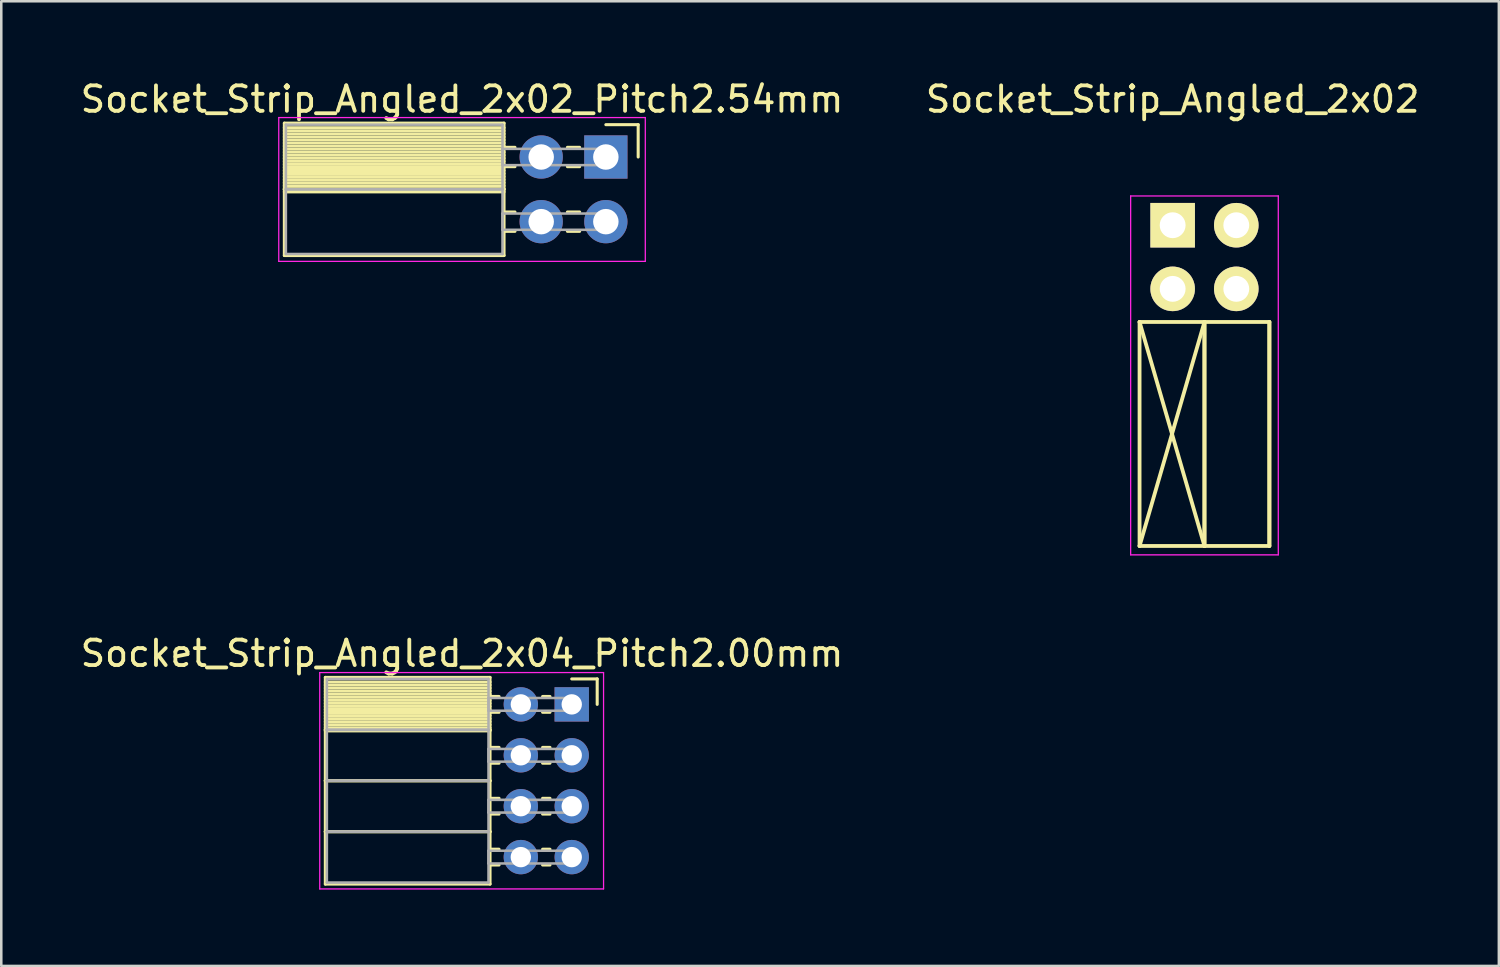
<source format=kicad_pcb>
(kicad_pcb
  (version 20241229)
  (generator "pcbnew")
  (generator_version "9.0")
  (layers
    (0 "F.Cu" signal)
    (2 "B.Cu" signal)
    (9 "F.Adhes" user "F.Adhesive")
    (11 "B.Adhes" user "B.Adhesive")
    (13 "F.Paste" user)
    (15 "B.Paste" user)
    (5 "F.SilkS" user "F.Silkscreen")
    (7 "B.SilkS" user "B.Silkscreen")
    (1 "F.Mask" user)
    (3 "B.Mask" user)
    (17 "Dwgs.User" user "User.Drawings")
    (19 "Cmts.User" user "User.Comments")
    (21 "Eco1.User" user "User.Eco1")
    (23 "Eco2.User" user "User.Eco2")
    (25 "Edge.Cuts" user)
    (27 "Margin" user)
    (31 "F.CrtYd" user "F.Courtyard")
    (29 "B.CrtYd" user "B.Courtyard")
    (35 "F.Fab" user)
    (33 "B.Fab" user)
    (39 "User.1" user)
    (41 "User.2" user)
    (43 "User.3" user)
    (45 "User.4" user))
  (footprint "Socket_Strip_Angled_2x02"
    (layer "F.Cu")
    (at 43.018 5.798)
    (property "Reference" "Socket_Strip_Angled_2x02" (at 0 -4.95 0) (layer "F.SilkS") (effects (font (size 1 1) (thickness 0.15))))
    (attr through_hole)
    (fp_line (start -1.3 3.8) (end -1.3 12.6) (stroke (width 0.15) (type solid)) (layer "F.SilkS"))
    (fp_line (start -1.3 3.8) (end 1.25 3.8) (stroke (width 0.15) (type solid)) (layer "F.SilkS"))
    (fp_line (start -1.3 3.8) (end 1.25 12.6) (stroke (width 0.15) (type solid)) (layer "F.SilkS"))
    (fp_line (start -1.3 12.6) (end 1.25 3.8) (stroke (width 0.15) (type solid)) (layer "F.SilkS"))
    (fp_line (start -1.3 12.6) (end 1.25 12.6) (stroke (width 0.15) (type solid)) (layer "F.SilkS"))
    (fp_line (start 1.25 3.8) (end 1.25 12.6) (stroke (width 0.15) (type solid)) (layer "F.SilkS"))
    (fp_line (start 1.25 3.8) (end 3.8 3.8) (stroke (width 0.15) (type solid)) (layer "F.SilkS"))
    (fp_line (start 1.25 12.6) (end 1.25 3.8) (stroke (width 0.15) (type solid)) (layer "F.SilkS"))
    (fp_line (start 1.25 12.6) (end 3.8 12.6) (stroke (width 0.15) (type solid)) (layer "F.SilkS"))
    (fp_line (start 3.8 3.8) (end 3.8 12.6) (stroke (width 0.15) (type solid)) (layer "F.SilkS"))
    (fp_line (start 3.8 12.6) (end 3.8 3.8) (stroke (width 0.15) (type solid)) (layer "F.SilkS"))
    (fp_line (start -1.65 -1.15) (end -1.65 12.95) (stroke (width 0.05) (type solid)) (layer "F.CrtYd"))
    (fp_line (start -1.65 -1.15) (end 4.15 -1.15) (stroke (width 0.05) (type solid)) (layer "F.CrtYd"))
    (fp_line (start -1.65 12.95) (end 4.15 12.95) (stroke (width 0.05) (type solid)) (layer "F.CrtYd"))
    (fp_line (start 4.15 -1.15) (end 4.15 12.95) (stroke (width 0.05) (type solid)) (layer "F.CrtYd"))
    (pad "1" thru_hole rect (at 0 0) (size 1.75 1.75) (drill 1.016) (layers "*.Cu" "*.Mask" "F.SilkS"))
    (pad "2" thru_hole oval (at 0 2.5) (size 1.75 1.75) (drill 1.016) (layers "*.Cu" "*.Mask" "F.SilkS"))
    (pad "3" thru_hole oval (at 2.5 0) (size 1.75 1.75) (drill 1.016) (layers "*.Cu" "*.Mask" "F.SilkS"))
    (pad "4" thru_hole oval (at 2.5 2.5) (size 1.75 1.75) (drill 1.016) (layers "*.Cu" "*.Mask" "F.SilkS")))
  (footprint "Socket_Strip_Angled_2x02_Pitch2.54mm"
    (layer "F.Cu")
    (at 20.751 3.118)
    (property "Reference" "Socket_Strip_Angled_2x02_Pitch2.54mm" (at -5.65 -2.27 0) (layer "F.SilkS") (effects (font (size 1 1) (thickness 0.15))))
    (attr through_hole)
    (fp_line (start -12.63 -1.33) (end -4 -1.33) (stroke (width 0.12) (type solid)) (layer "F.SilkS"))
    (fp_line (start -12.63 1.27) (end -12.63 -1.33) (stroke (width 0.12) (type solid)) (layer "F.SilkS"))
    (fp_line (start -12.63 1.27) (end -4 1.27) (stroke (width 0.12) (type solid)) (layer "F.SilkS"))
    (fp_line (start -12.63 3.87) (end -12.63 1.27) (stroke (width 0.12) (type solid)) (layer "F.SilkS"))
    (fp_line (start -4 -1.33) (end -4 1.27) (stroke (width 0.12) (type solid)) (layer "F.SilkS"))
    (fp_line (start -4 -1.15) (end -12.63 -1.15) (stroke (width 0.12) (type solid)) (layer "F.SilkS"))
    (fp_line (start -4 -1.03) (end -12.63 -1.03) (stroke (width 0.12) (type solid)) (layer "F.SilkS"))
    (fp_line (start -4 -0.91) (end -12.63 -0.91) (stroke (width 0.12) (type solid)) (layer "F.SilkS"))
    (fp_line (start -4 -0.79) (end -12.63 -0.79) (stroke (width 0.12) (type solid)) (layer "F.SilkS"))
    (fp_line (start -4 -0.67) (end -12.63 -0.67) (stroke (width 0.12) (type solid)) (layer "F.SilkS"))
    (fp_line (start -4 -0.55) (end -12.63 -0.55) (stroke (width 0.12) (type solid)) (layer "F.SilkS"))
    (fp_line (start -4 -0.43) (end -12.63 -0.43) (stroke (width 0.12) (type solid)) (layer "F.SilkS"))
    (fp_line (start -4 -0.31) (end -12.63 -0.31) (stroke (width 0.12) (type solid)) (layer "F.SilkS"))
    (fp_line (start -4 -0.19) (end -12.63 -0.19) (stroke (width 0.12) (type solid)) (layer "F.SilkS"))
    (fp_line (start -4 -0.07) (end -12.63 -0.07) (stroke (width 0.12) (type solid)) (layer "F.SilkS"))
    (fp_line (start -4 0.05) (end -12.63 0.05) (stroke (width 0.12) (type solid)) (layer "F.SilkS"))
    (fp_line (start -4 0.17) (end -12.63 0.17) (stroke (width 0.12) (type solid)) (layer "F.SilkS"))
    (fp_line (start -4 0.29) (end -12.63 0.29) (stroke (width 0.12) (type solid)) (layer "F.SilkS"))
    (fp_line (start -4 0.41) (end -12.63 0.41) (stroke (width 0.12) (type solid)) (layer "F.SilkS"))
    (fp_line (start -4 0.53) (end -12.63 0.53) (stroke (width 0.12) (type solid)) (layer "F.SilkS"))
    (fp_line (start -4 0.65) (end -12.63 0.65) (stroke (width 0.12) (type solid)) (layer "F.SilkS"))
    (fp_line (start -4 0.77) (end -12.63 0.77) (stroke (width 0.12) (type solid)) (layer "F.SilkS"))
    (fp_line (start -4 0.89) (end -12.63 0.89) (stroke (width 0.12) (type solid)) (layer "F.SilkS"))
    (fp_line (start -4 1.01) (end -12.63 1.01) (stroke (width 0.12) (type solid)) (layer "F.SilkS"))
    (fp_line (start -4 1.13) (end -12.63 1.13) (stroke (width 0.12) (type solid)) (layer "F.SilkS"))
    (fp_line (start -4 1.25) (end -12.63 1.25) (stroke (width 0.12) (type solid)) (layer "F.SilkS"))
    (fp_line (start -4 1.27) (end -12.63 1.27) (stroke (width 0.12) (type solid)) (layer "F.SilkS"))
    (fp_line (start -4 1.27) (end -4 3.87) (stroke (width 0.12) (type solid)) (layer "F.SilkS"))
    (fp_line (start -4 1.37) (end -12.63 1.37) (stroke (width 0.12) (type solid)) (layer "F.SilkS"))
    (fp_line (start -4 3.87) (end -12.63 3.87) (stroke (width 0.12) (type solid)) (layer "F.SilkS"))
    (fp_line (start -3.57 -0.38) (end -4 -0.38) (stroke (width 0.12) (type solid)) (layer "F.SilkS"))
    (fp_line (start -3.57 0.38) (end -4 0.38) (stroke (width 0.12) (type solid)) (layer "F.SilkS"))
    (fp_line (start -3.57 2.16) (end -4 2.16) (stroke (width 0.12) (type solid)) (layer "F.SilkS"))
    (fp_line (start -3.57 2.92) (end -4 2.92) (stroke (width 0.12) (type solid)) (layer "F.SilkS"))
    (fp_line (start -1.03 -0.38) (end -1.51 -0.38) (stroke (width 0.12) (type solid)) (layer "F.SilkS"))
    (fp_line (start -1.03 0.38) (end -1.51 0.38) (stroke (width 0.12) (type solid)) (layer "F.SilkS"))
    (fp_line (start -1.03 2.16) (end -1.51 2.16) (stroke (width 0.12) (type solid)) (layer "F.SilkS"))
    (fp_line (start -1.03 2.92) (end -1.51 2.92) (stroke (width 0.12) (type solid)) (layer "F.SilkS"))
    (fp_line (start 0 -1.27) (end 1.27 -1.27) (stroke (width 0.12) (type solid)) (layer "F.SilkS"))
    (fp_line (start 1.27 -1.27) (end 1.27 0) (stroke (width 0.12) (type solid)) (layer "F.SilkS"))
    (fp_line (start -12.85 -1.55) (end 1.55 -1.55) (stroke (width 0.05) (type solid)) (layer "F.CrtYd"))
    (fp_line (start -12.85 4.1) (end -12.85 -1.55) (stroke (width 0.05) (type solid)) (layer "F.CrtYd"))
    (fp_line (start 1.55 -1.55) (end 1.55 4.1) (stroke (width 0.05) (type solid)) (layer "F.CrtYd"))
    (fp_line (start 1.55 4.1) (end -12.85 4.1) (stroke (width 0.05) (type solid)) (layer "F.CrtYd"))
    (fp_line (start -12.57 -1.27) (end -4.06 -1.27) (stroke (width 0.1) (type solid)) (layer "F.Fab"))
    (fp_line (start -12.57 1.27) (end -12.57 -1.27) (stroke (width 0.1) (type solid)) (layer "F.Fab"))
    (fp_line (start -12.57 1.27) (end -4.06 1.27) (stroke (width 0.1) (type solid)) (layer "F.Fab"))
    (fp_line (start -12.57 3.81) (end -12.57 1.27) (stroke (width 0.1) (type solid)) (layer "F.Fab"))
    (fp_line (start -4.06 -1.27) (end -4.06 1.27) (stroke (width 0.1) (type solid)) (layer "F.Fab"))
    (fp_line (start -4.06 -0.32) (end 0 -0.32) (stroke (width 0.1) (type solid)) (layer "F.Fab"))
    (fp_line (start -4.06 0.32) (end -4.06 -0.32) (stroke (width 0.1) (type solid)) (layer "F.Fab"))
    (fp_line (start -4.06 1.27) (end -12.57 1.27) (stroke (width 0.1) (type solid)) (layer "F.Fab"))
    (fp_line (start -4.06 1.27) (end -4.06 3.81) (stroke (width 0.1) (type solid)) (layer "F.Fab"))
    (fp_line (start -4.06 2.22) (end 0 2.22) (stroke (width 0.1) (type solid)) (layer "F.Fab"))
    (fp_line (start -4.06 2.86) (end -4.06 2.22) (stroke (width 0.1) (type solid)) (layer "F.Fab"))
    (fp_line (start -4.06 3.81) (end -12.57 3.81) (stroke (width 0.1) (type solid)) (layer "F.Fab"))
    (fp_line (start 0 -0.32) (end 0 0.32) (stroke (width 0.1) (type solid)) (layer "F.Fab"))
    (fp_line (start 0 0.32) (end -4.06 0.32) (stroke (width 0.1) (type solid)) (layer "F.Fab"))
    (fp_line (start 0 2.22) (end 0 2.86) (stroke (width 0.1) (type solid)) (layer "F.Fab"))
    (fp_line (start 0 2.86) (end -4.06 2.86) (stroke (width 0.1) (type solid)) (layer "F.Fab"))
    (pad "1" thru_hole rect (at 0 0) (size 1.7 1.7) (drill 1) (layers "*.Cu" "*.Mask"))
    (pad "2" thru_hole oval (at -2.54 0) (size 1.7 1.7) (drill 1) (layers "*.Cu" "*.Mask"))
    (pad "3" thru_hole oval (at 0 2.54) (size 1.7 1.7) (drill 1) (layers "*.Cu" "*.Mask"))
    (pad "4" thru_hole oval (at -2.54 2.54) (size 1.7 1.7) (drill 1) (layers "*.Cu" "*.Mask")))
  (footprint "Socket_Strip_Angled_2x04_Pitch2.00mm"
    (layer "F.Cu")
    (at 19.411 24.622)
    (property "Reference" "Socket_Strip_Angled_2x04_Pitch2.00mm" (at -4.31 -2 0) (layer "F.SilkS") (effects (font (size 1 1) (thickness 0.15))))
    (attr through_hole)
    (fp_line (start -9.68 -1.06) (end -3.21 -1.06) (stroke (width 0.12) (type solid)) (layer "F.SilkS"))
    (fp_line (start -9.68 1) (end -9.68 -1.06) (stroke (width 0.12) (type solid)) (layer "F.SilkS"))
    (fp_line (start -9.68 1) (end -3.21 1) (stroke (width 0.12) (type solid)) (layer "F.SilkS"))
    (fp_line (start -9.68 3) (end -9.68 1) (stroke (width 0.12) (type solid)) (layer "F.SilkS"))
    (fp_line (start -9.68 3) (end -3.21 3) (stroke (width 0.12) (type solid)) (layer "F.SilkS"))
    (fp_line (start -9.68 5) (end -9.68 3) (stroke (width 0.12) (type solid)) (layer "F.SilkS"))
    (fp_line (start -9.68 5) (end -3.21 5) (stroke (width 0.12) (type solid)) (layer "F.SilkS"))
    (fp_line (start -9.68 7.06) (end -9.68 5) (stroke (width 0.12) (type solid)) (layer "F.SilkS"))
    (fp_line (start -3.21 -1.06) (end -3.21 1) (stroke (width 0.12) (type solid)) (layer "F.SilkS"))
    (fp_line (start -3.21 -0.88) (end -9.68 -0.88) (stroke (width 0.12) (type solid)) (layer "F.SilkS"))
    (fp_line (start -3.21 -0.76) (end -9.68 -0.76) (stroke (width 0.12) (type solid)) (layer "F.SilkS"))
    (fp_line (start -3.21 -0.64) (end -9.68 -0.64) (stroke (width 0.12) (type solid)) (layer "F.SilkS"))
    (fp_line (start -3.21 -0.52) (end -9.68 -0.52) (stroke (width 0.12) (type solid)) (layer "F.SilkS"))
    (fp_line (start -3.21 -0.4) (end -9.68 -0.4) (stroke (width 0.12) (type solid)) (layer "F.SilkS"))
    (fp_line (start -3.21 -0.28) (end -9.68 -0.28) (stroke (width 0.12) (type solid)) (layer "F.SilkS"))
    (fp_line (start -3.21 -0.16) (end -9.68 -0.16) (stroke (width 0.12) (type solid)) (layer "F.SilkS"))
    (fp_line (start -3.21 -0.04) (end -9.68 -0.04) (stroke (width 0.12) (type solid)) (layer "F.SilkS"))
    (fp_line (start -3.21 0.08) (end -9.68 0.08) (stroke (width 0.12) (type solid)) (layer "F.SilkS"))
    (fp_line (start -3.21 0.2) (end -9.68 0.2) (stroke (width 0.12) (type solid)) (layer "F.SilkS"))
    (fp_line (start -3.21 0.32) (end -9.68 0.32) (stroke (width 0.12) (type solid)) (layer "F.SilkS"))
    (fp_line (start -3.21 0.44) (end -9.68 0.44) (stroke (width 0.12) (type solid)) (layer "F.SilkS"))
    (fp_line (start -3.21 0.56) (end -9.68 0.56) (stroke (width 0.12) (type solid)) (layer "F.SilkS"))
    (fp_line (start -3.21 0.68) (end -9.68 0.68) (stroke (width 0.12) (type solid)) (layer "F.SilkS"))
    (fp_line (start -3.21 0.8) (end -9.68 0.8) (stroke (width 0.12) (type solid)) (layer "F.SilkS"))
    (fp_line (start -3.21 0.92) (end -9.68 0.92) (stroke (width 0.12) (type solid)) (layer "F.SilkS"))
    (fp_line (start -3.21 1) (end -9.68 1) (stroke (width 0.12) (type solid)) (layer "F.SilkS"))
    (fp_line (start -3.21 1) (end -3.21 3) (stroke (width 0.12) (type solid)) (layer "F.SilkS"))
    (fp_line (start -3.21 1.04) (end -9.68 1.04) (stroke (width 0.12) (type solid)) (layer "F.SilkS"))
    (fp_line (start -3.21 3) (end -9.68 3) (stroke (width 0.12) (type solid)) (layer "F.SilkS"))
    (fp_line (start -3.21 3) (end -3.21 5) (stroke (width 0.12) (type solid)) (layer "F.SilkS"))
    (fp_line (start -3.21 5) (end -9.68 5) (stroke (width 0.12) (type solid)) (layer "F.SilkS"))
    (fp_line (start -3.21 5) (end -3.21 7.06) (stroke (width 0.12) (type solid)) (layer "F.SilkS"))
    (fp_line (start -3.21 7.06) (end -9.68 7.06) (stroke (width 0.12) (type solid)) (layer "F.SilkS"))
    (fp_line (start -2.855 -0.31) (end -3.21 -0.31) (stroke (width 0.12) (type solid)) (layer "F.SilkS"))
    (fp_line (start -2.855 0.31) (end -3.21 0.31) (stroke (width 0.12) (type solid)) (layer "F.SilkS"))
    (fp_line (start -2.855 1.69) (end -3.21 1.69) (stroke (width 0.12) (type solid)) (layer "F.SilkS"))
    (fp_line (start -2.855 2.31) (end -3.21 2.31) (stroke (width 0.12) (type solid)) (layer "F.SilkS"))
    (fp_line (start -2.855 3.69) (end -3.21 3.69) (stroke (width 0.12) (type solid)) (layer "F.SilkS"))
    (fp_line (start -2.855 4.31) (end -3.21 4.31) (stroke (width 0.12) (type solid)) (layer "F.SilkS"))
    (fp_line (start -2.855 5.69) (end -3.21 5.69) (stroke (width 0.12) (type solid)) (layer "F.SilkS"))
    (fp_line (start -2.855 6.31) (end -3.21 6.31) (stroke (width 0.12) (type solid)) (layer "F.SilkS"))
    (fp_line (start -0.855 -0.31) (end -1.145 -0.31) (stroke (width 0.12) (type solid)) (layer "F.SilkS"))
    (fp_line (start -0.855 0.31) (end -1.145 0.31) (stroke (width 0.12) (type solid)) (layer "F.SilkS"))
    (fp_line (start -0.855 1.69) (end -1.145 1.69) (stroke (width 0.12) (type solid)) (layer "F.SilkS"))
    (fp_line (start -0.855 2.31) (end -1.145 2.31) (stroke (width 0.12) (type solid)) (layer "F.SilkS"))
    (fp_line (start -0.855 3.69) (end -1.145 3.69) (stroke (width 0.12) (type solid)) (layer "F.SilkS"))
    (fp_line (start -0.855 4.31) (end -1.145 4.31) (stroke (width 0.12) (type solid)) (layer "F.SilkS"))
    (fp_line (start -0.855 5.69) (end -1.145 5.69) (stroke (width 0.12) (type solid)) (layer "F.SilkS"))
    (fp_line (start -0.855 6.31) (end -1.145 6.31) (stroke (width 0.12) (type solid)) (layer "F.SilkS"))
    (fp_line (start 0 -1) (end 1 -1) (stroke (width 0.12) (type solid)) (layer "F.SilkS"))
    (fp_line (start 1 -1) (end 1 0) (stroke (width 0.12) (type solid)) (layer "F.SilkS"))
    (fp_line (start -9.9 -1.25) (end 1.25 -1.25) (stroke (width 0.05) (type solid)) (layer "F.CrtYd"))
    (fp_line (start -9.9 7.25) (end -9.9 -1.25) (stroke (width 0.05) (type solid)) (layer "F.CrtYd"))
    (fp_line (start 1.25 -1.25) (end 1.25 7.25) (stroke (width 0.05) (type solid)) (layer "F.CrtYd"))
    (fp_line (start 1.25 7.25) (end -9.9 7.25) (stroke (width 0.05) (type solid)) (layer "F.CrtYd"))
    (fp_line (start -9.62 -1) (end -3.27 -1) (stroke (width 0.1) (type solid)) (layer "F.Fab"))
    (fp_line (start -9.62 1) (end -9.62 -1) (stroke (width 0.1) (type solid)) (layer "F.Fab"))
    (fp_line (start -9.62 1) (end -3.27 1) (stroke (width 0.1) (type solid)) (layer "F.Fab"))
    (fp_line (start -9.62 3) (end -9.62 1) (stroke (width 0.1) (type solid)) (layer "F.Fab"))
    (fp_line (start -9.62 3) (end -3.27 3) (stroke (width 0.1) (type solid)) (layer "F.Fab"))
    (fp_line (start -9.62 5) (end -9.62 3) (stroke (width 0.1) (type solid)) (layer "F.Fab"))
    (fp_line (start -9.62 5) (end -3.27 5) (stroke (width 0.1) (type solid)) (layer "F.Fab"))
    (fp_line (start -9.62 7) (end -9.62 5) (stroke (width 0.1) (type solid)) (layer "F.Fab"))
    (fp_line (start -3.27 -1) (end -3.27 1) (stroke (width 0.1) (type solid)) (layer "F.Fab"))
    (fp_line (start -3.27 -0.25) (end 0 -0.25) (stroke (width 0.1) (type solid)) (layer "F.Fab"))
    (fp_line (start -3.27 0.25) (end -3.27 -0.25) (stroke (width 0.1) (type solid)) (layer "F.Fab"))
    (fp_line (start -3.27 1) (end -9.62 1) (stroke (width 0.1) (type solid)) (layer "F.Fab"))
    (fp_line (start -3.27 1) (end -3.27 3) (stroke (width 0.1) (type solid)) (layer "F.Fab"))
    (fp_line (start -3.27 1.75) (end 0 1.75) (stroke (width 0.1) (type solid)) (layer "F.Fab"))
    (fp_line (start -3.27 2.25) (end -3.27 1.75) (stroke (width 0.1) (type solid)) (layer "F.Fab"))
    (fp_line (start -3.27 3) (end -9.62 3) (stroke (width 0.1) (type solid)) (layer "F.Fab"))
    (fp_line (start -3.27 3) (end -3.27 5) (stroke (width 0.1) (type solid)) (layer "F.Fab"))
    (fp_line (start -3.27 3.75) (end 0 3.75) (stroke (width 0.1) (type solid)) (layer "F.Fab"))
    (fp_line (start -3.27 4.25) (end -3.27 3.75) (stroke (width 0.1) (type solid)) (layer "F.Fab"))
    (fp_line (start -3.27 5) (end -9.62 5) (stroke (width 0.1) (type solid)) (layer "F.Fab"))
    (fp_line (start -3.27 5) (end -3.27 7) (stroke (width 0.1) (type solid)) (layer "F.Fab"))
    (fp_line (start -3.27 5.75) (end 0 5.75) (stroke (width 0.1) (type solid)) (layer "F.Fab"))
    (fp_line (start -3.27 6.25) (end -3.27 5.75) (stroke (width 0.1) (type solid)) (layer "F.Fab"))
    (fp_line (start -3.27 7) (end -9.62 7) (stroke (width 0.1) (type solid)) (layer "F.Fab"))
    (fp_line (start 0 -0.25) (end 0 0.25) (stroke (width 0.1) (type solid)) (layer "F.Fab"))
    (fp_line (start 0 0.25) (end -3.27 0.25) (stroke (width 0.1) (type solid)) (layer "F.Fab"))
    (fp_line (start 0 1.75) (end 0 2.25) (stroke (width 0.1) (type solid)) (layer "F.Fab"))
    (fp_line (start 0 2.25) (end -3.27 2.25) (stroke (width 0.1) (type solid)) (layer "F.Fab"))
    (fp_line (start 0 3.75) (end 0 4.25) (stroke (width 0.1) (type solid)) (layer "F.Fab"))
    (fp_line (start 0 4.25) (end -3.27 4.25) (stroke (width 0.1) (type solid)) (layer "F.Fab"))
    (fp_line (start 0 5.75) (end 0 6.25) (stroke (width 0.1) (type solid)) (layer "F.Fab"))
    (fp_line (start 0 6.25) (end -3.27 6.25) (stroke (width 0.1) (type solid)) (layer "F.Fab"))
    (pad "1" thru_hole rect (at 0 0) (size 1.35 1.35) (drill 0.8) (layers "*.Cu" "*.Mask"))
    (pad "2" thru_hole oval (at -2 0) (size 1.35 1.35) (drill 0.8) (layers "*.Cu" "*.Mask"))
    (pad "3" thru_hole oval (at 0 2) (size 1.35 1.35) (drill 0.8) (layers "*.Cu" "*.Mask"))
    (pad "4" thru_hole oval (at -2 2) (size 1.35 1.35) (drill 0.8) (layers "*.Cu" "*.Mask"))
    (pad "5" thru_hole oval (at 0 4) (size 1.35 1.35) (drill 0.8) (layers "*.Cu" "*.Mask"))
    (pad "6" thru_hole oval (at -2 4) (size 1.35 1.35) (drill 0.8) (layers "*.Cu" "*.Mask"))
    (pad "7" thru_hole oval (at 0 6) (size 1.35 1.35) (drill 0.8) (layers "*.Cu" "*.Mask"))
    (pad "8" thru_hole oval (at -2 6) (size 1.35 1.35) (drill 0.8) (layers "*.Cu" "*.Mask")))
  (gr_rect
    (start -3 -3)
    (end 55.833 34.897)
    (stroke (width 0.1) (type default))
    (fill no)
    (layer "Edge.Cuts")))
</source>
